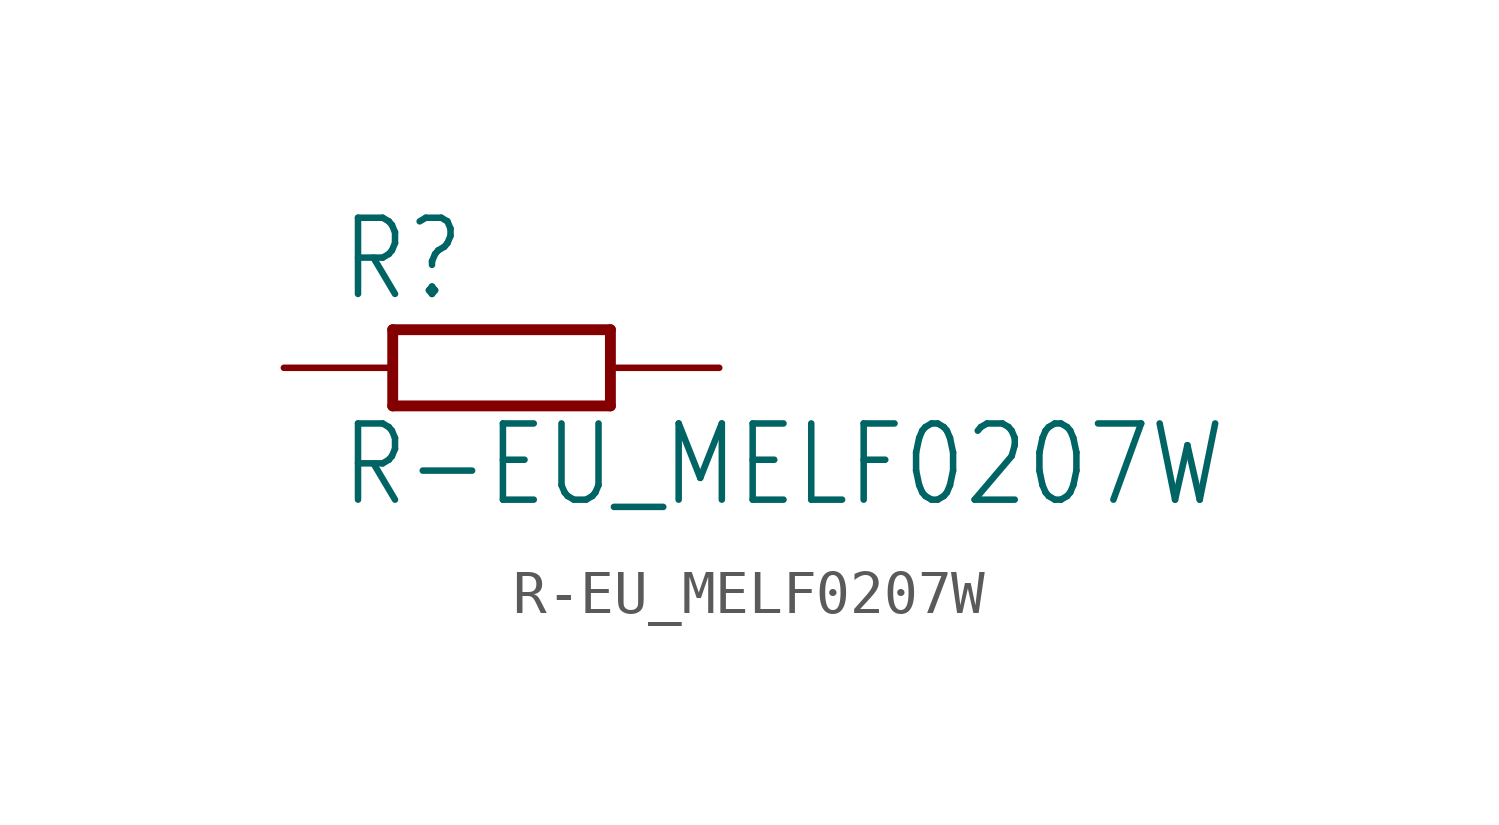
<source format=kicad_sym>
(kicad_symbol_lib
  (version 20211014)
  (generator kicad_symbol_editor)
  (symbol "R-EU_MELF0207W"
    (property "Reference" "R"
      (at -3.81 1.499 0)
      (effects (font (size 1.778 1.511)) (justify left bottom)))
    (property "Value" "R-EU_MELF0207W"
      (at -3.81 -3.302 0)
      (effects (font (size 1.778 1.511)) (justify left bottom)))
    (property "ki_locked" ""
      (at 0 0 0)
      (effects (font (size 1.27 1.27))))
    (symbol "R-EU_MELF0207W_1_0"
      (polyline (pts (xy -2.54 -0.889) (xy -2.54 0.889)) (stroke (width 0.254) (type default) (color 0 0 0 0)) (fill (type none)))
      (polyline (pts (xy -2.54 -0.889) (xy 2.54 -0.889)) (stroke (width 0.254) (type default) (color 0 0 0 0)) (fill (type none)))
      (polyline (pts (xy 2.54 -0.889) (xy 2.54 0.889)) (stroke (width 0.254) (type default) (color 0 0 0 0)) (fill (type none)))
      (polyline (pts (xy 2.54 0.889) (xy -2.54 0.889)) (stroke (width 0.254) (type default) (color 0 0 0 0)) (fill (type none)))
      (pin passive line (at -5.08 0 0) (length 2.54) (name "1" (effects (font (size 0 0)))) (number "1" (effects (font (size 0 0)))))
      (pin passive line (at 5.08 0 180) (length 2.54) (name "2" (effects (font (size 0 0)))) (number "2" (effects (font (size 0 0))))))))
</source>
